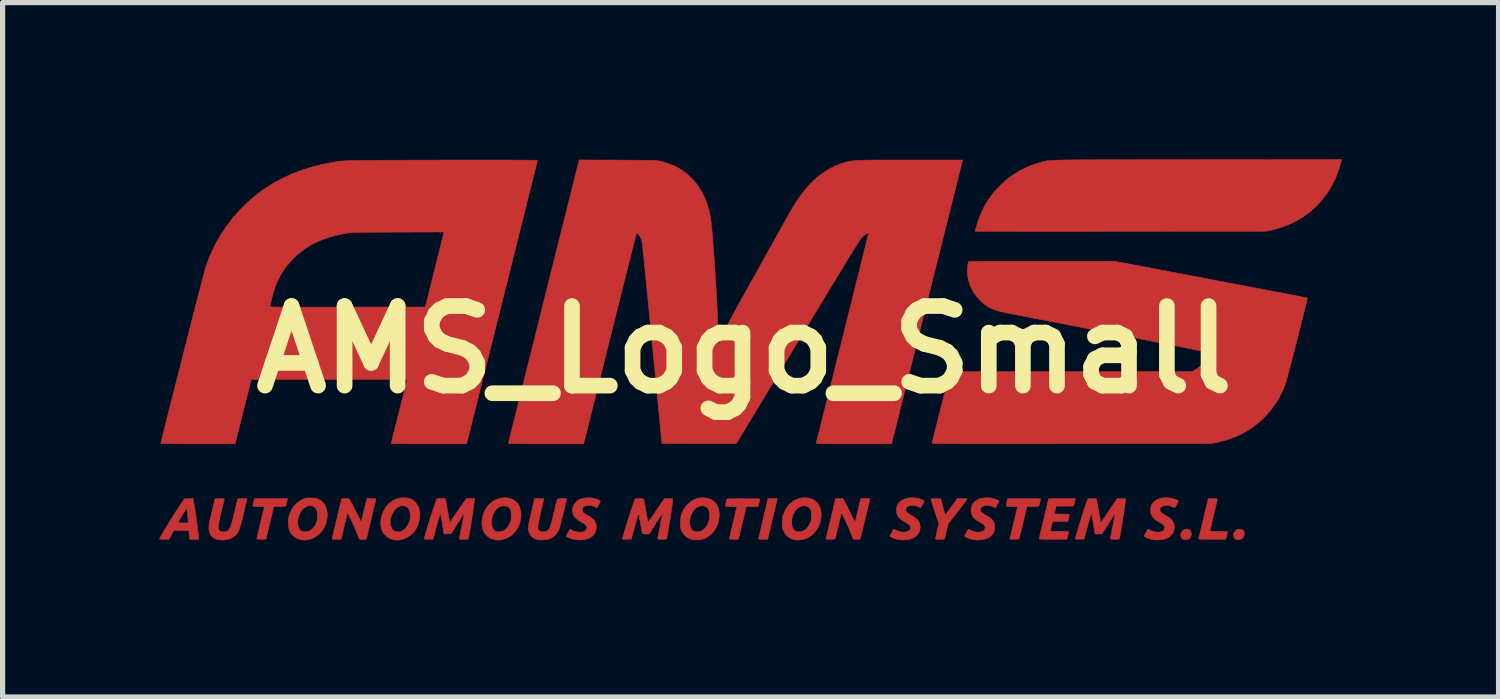
<source format=kicad_pcb>
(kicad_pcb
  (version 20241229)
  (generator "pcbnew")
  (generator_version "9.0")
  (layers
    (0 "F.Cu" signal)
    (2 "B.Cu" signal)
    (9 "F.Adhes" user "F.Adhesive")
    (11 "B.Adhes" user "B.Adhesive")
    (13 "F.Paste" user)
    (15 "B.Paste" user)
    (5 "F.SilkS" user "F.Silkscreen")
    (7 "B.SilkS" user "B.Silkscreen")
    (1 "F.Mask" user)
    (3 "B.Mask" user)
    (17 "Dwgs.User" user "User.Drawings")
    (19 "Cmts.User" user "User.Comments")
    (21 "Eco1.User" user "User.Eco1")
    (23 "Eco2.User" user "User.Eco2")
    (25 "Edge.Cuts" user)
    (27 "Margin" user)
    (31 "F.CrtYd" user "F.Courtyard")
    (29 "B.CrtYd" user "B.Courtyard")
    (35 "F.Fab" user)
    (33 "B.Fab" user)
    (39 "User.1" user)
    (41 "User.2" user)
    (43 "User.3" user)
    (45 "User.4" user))
  (footprint "AMS_Logo_Small"
    (layer "F.Cu")
    (at 11.206 3.646)
    (property "Reference" "AMS_Logo_Small" (at 0 0 0) (layer "F.SilkS") (effects (font (size 1.524 1.524) (thickness 0.3))))
    (attr through_hole)
    (fp_poly (pts (xy 0.538 3.243) (xy 0.445 3.632) (xy 0.358 3.632) (xy 0.322 3.632) (xy 0.293 3.63) (xy 0.275 3.628) (xy 0.271 3.626) (xy 0.272 3.617) (xy 0.278 3.592) (xy 0.286 3.555) (xy 0.298 3.506) (xy 0.311 3.448) (xy 0.327 3.381) (xy 0.344 3.308) (xy 0.361 3.236) (xy 0.452 2.853) (xy 0.632 2.853) (xy 0.538 3.243)) (stroke (width 0.01) (type solid)) (fill yes) (layer "F.Cu"))
    (fp_poly (pts (xy 8.51 3.443) (xy 8.538 3.459) (xy 8.555 3.488) (xy 8.56 3.525) (xy 8.553 3.571) (xy 8.534 3.606) (xy 8.503 3.629) (xy 8.461 3.64) (xy 8.446 3.641) (xy 8.417 3.638) (xy 8.397 3.629) (xy 8.381 3.616) (xy 8.361 3.586) (xy 8.355 3.551) (xy 8.361 3.517) (xy 8.378 3.485) (xy 8.404 3.459) (xy 8.438 3.442) (xy 8.469 3.437) (xy 8.51 3.443)) (stroke (width 0.01) (type solid)) (fill yes) (layer "F.Cu"))
    (fp_poly (pts (xy 9.526 3.445) (xy 9.545 3.455) (xy 9.565 3.481) (xy 9.574 3.514) (xy 9.572 3.551) (xy 9.559 3.586) (xy 9.536 3.615) (xy 9.53 3.619) (xy 9.498 3.636) (xy 9.461 3.642) (xy 9.426 3.638) (xy 9.398 3.624) (xy 9.394 3.62) (xy 9.375 3.59) (xy 9.368 3.554) (xy 9.374 3.517) (xy 9.39 3.482) (xy 9.417 3.456) (xy 9.422 3.452) (xy 9.455 3.44) (xy 9.492 3.438) (xy 9.526 3.445)) (stroke (width 0.01) (type solid)) (fill yes) (layer "F.Cu"))
    (fp_poly (pts (xy -8.785 3.001) (xy -8.899 3.004) (xy -9.013 3.006) (xy -9.05 3.16) (xy -9.065 3.224) (xy -9.082 3.296) (xy -9.1 3.371) (xy -9.117 3.441) (xy -9.125 3.473) (xy -9.163 3.632) (xy -9.251 3.632) (xy -9.289 3.631) (xy -9.318 3.629) (xy -9.335 3.626) (xy -9.339 3.624) (xy -9.337 3.614) (xy -9.331 3.59) (xy -9.323 3.553) (xy -9.312 3.506) (xy -9.299 3.45) (xy -9.284 3.387) (xy -9.272 3.338) (xy -9.256 3.271) (xy -9.241 3.208) (xy -9.227 3.151) (xy -9.216 3.103) (xy -9.207 3.066) (xy -9.201 3.041) (xy -9.199 3.033) (xy -9.193 3.006) (xy -9.304 3.006) (xy -9.351 3.006) (xy -9.382 3.005) (xy -9.402 3.002) (xy -9.412 2.995) (xy -9.414 2.985) (xy -9.411 2.968) (xy -9.407 2.955) (xy -9.4 2.927) (xy -9.391 2.895) (xy -9.39 2.889) (xy -9.38 2.853) (xy -8.748 2.853) (xy -8.785 3.001)) (stroke (width 0.01) (type solid)) (fill yes) (layer "F.Cu"))
    (fp_poly (pts (xy 0.189 2.855) (xy 0.231 2.856) (xy 0.261 2.857) (xy 0.281 2.859) (xy 0.293 2.861) (xy 0.296 2.864) (xy 0.296 2.864) (xy 0.294 2.879) (xy 0.289 2.901) (xy 0.288 2.904) (xy 0.281 2.932) (xy 0.273 2.964) (xy 0.271 2.97) (xy 0.262 3.006) (xy 0.037 3.006) (xy -0.038 3.319) (xy -0.114 3.632) (xy -0.201 3.632) (xy -0.242 3.632) (xy -0.269 3.63) (xy -0.283 3.627) (xy -0.288 3.621) (xy -0.288 3.621) (xy -0.286 3.61) (xy -0.28 3.585) (xy -0.272 3.547) (xy -0.261 3.499) (xy -0.247 3.442) (xy -0.232 3.378) (xy -0.216 3.311) (xy -0.199 3.243) (xy -0.184 3.179) (xy -0.171 3.124) (xy -0.16 3.077) (xy -0.151 3.041) (xy -0.146 3.018) (xy -0.144 3.009) (xy -0.152 3.008) (xy -0.174 3.007) (xy -0.206 3.006) (xy -0.246 3.006) (xy -0.254 3.006) (xy -0.301 3.006) (xy -0.333 3.005) (xy -0.353 3.001) (xy -0.362 2.991) (xy -0.362 2.975) (xy -0.357 2.949) (xy -0.349 2.917) (xy -0.333 2.857) (xy -0.019 2.855) (xy 0.066 2.855) (xy 0.135 2.855) (xy 0.189 2.855)) (stroke (width 0.01) (type solid)) (fill yes) (layer "F.Cu"))
    (fp_poly (pts (xy 4.209 2.854) (xy 4.24 2.855) (xy 4.261 2.856) (xy 4.267 2.858) (xy 4.262 2.867) (xy 4.248 2.887) (xy 4.227 2.916) (xy 4.2 2.953) (xy 4.169 2.994) (xy 4.135 3.039) (xy 4.1 3.084) (xy 4.066 3.129) (xy 4.033 3.17) (xy 4.004 3.207) (xy 3.981 3.236) (xy 3.978 3.24) (xy 3.906 3.326) (xy 3.869 3.479) (xy 3.832 3.632) (xy 3.745 3.632) (xy 3.703 3.632) (xy 3.675 3.63) (xy 3.661 3.626) (xy 3.658 3.622) (xy 3.659 3.61) (xy 3.665 3.585) (xy 3.673 3.55) (xy 3.683 3.507) (xy 3.692 3.469) (xy 3.727 3.327) (xy 3.68 3.198) (xy 3.665 3.154) (xy 3.648 3.106) (xy 3.631 3.055) (xy 3.615 3.004) (xy 3.6 2.957) (xy 3.588 2.916) (xy 3.579 2.884) (xy 3.574 2.863) (xy 3.573 2.859) (xy 3.581 2.856) (xy 3.602 2.855) (xy 3.634 2.855) (xy 3.667 2.855) (xy 3.762 2.857) (xy 3.789 2.963) (xy 3.807 3.029) (xy 3.82 3.08) (xy 3.831 3.118) (xy 3.839 3.143) (xy 3.846 3.157) (xy 3.85 3.162) (xy 3.852 3.161) (xy 3.862 3.148) (xy 3.88 3.125) (xy 3.904 3.093) (xy 3.931 3.057) (xy 3.959 3.018) (xy 3.986 2.981) (xy 4.01 2.947) (xy 4.03 2.92) (xy 4.03 2.919) (xy 4.076 2.853) (xy 4.171 2.853) (xy 4.209 2.854)) (stroke (width 0.01) (type solid)) (fill yes) (layer "F.Cu"))
    (fp_poly (pts (xy 9.01 2.854) (xy 9.039 2.856) (xy 9.056 2.859) (xy 9.059 2.862) (xy 9.057 2.871) (xy 9.052 2.896) (xy 9.043 2.933) (xy 9.032 2.981) (xy 9.019 3.037) (xy 9.003 3.101) (xy 8.987 3.168) (xy 8.971 3.237) (xy 8.956 3.3) (xy 8.942 3.356) (xy 8.931 3.404) (xy 8.923 3.44) (xy 8.917 3.464) (xy 8.915 3.473) (xy 8.923 3.475) (xy 8.946 3.477) (xy 8.98 3.478) (xy 9.024 3.479) (xy 9.074 3.48) (xy 9.085 3.48) (xy 9.136 3.48) (xy 9.181 3.481) (xy 9.218 3.482) (xy 9.243 3.483) (xy 9.254 3.484) (xy 9.254 3.484) (xy 9.252 3.494) (xy 9.247 3.516) (xy 9.24 3.547) (xy 9.236 3.561) (xy 9.218 3.632) (xy 8.957 3.632) (xy 8.881 3.632) (xy 8.82 3.632) (xy 8.773 3.631) (xy 8.74 3.63) (xy 8.717 3.628) (xy 8.704 3.625) (xy 8.699 3.623) (xy 8.699 3.622) (xy 8.702 3.611) (xy 8.708 3.587) (xy 8.717 3.55) (xy 8.729 3.503) (xy 8.742 3.447) (xy 8.757 3.385) (xy 8.773 3.319) (xy 8.789 3.251) (xy 8.805 3.182) (xy 8.821 3.115) (xy 8.836 3.052) (xy 8.85 2.994) (xy 8.862 2.944) (xy 8.871 2.903) (xy 8.878 2.875) (xy 8.881 2.86) (xy 8.882 2.858) (xy 8.889 2.856) (xy 8.911 2.854) (xy 8.942 2.854) (xy 8.97 2.853) (xy 9.01 2.854)) (stroke (width 0.01) (type solid)) (fill yes) (layer "F.Cu"))
    (fp_poly (pts (xy 5.428 2.853) (xy 5.494 2.854) (xy 5.552 2.854) (xy 5.601 2.855) (xy 5.638 2.855) (xy 5.663 2.856) (xy 5.673 2.857) (xy 5.673 2.857) (xy 5.671 2.867) (xy 5.666 2.888) (xy 5.66 2.916) (xy 5.653 2.946) (xy 5.647 2.972) (xy 5.643 2.989) (xy 5.642 2.991) (xy 5.639 2.997) (xy 5.631 3.001) (xy 5.615 3.004) (xy 5.59 3.005) (xy 5.552 3.006) (xy 5.525 3.006) (xy 5.412 3.006) (xy 5.364 3.207) (xy 5.348 3.271) (xy 5.332 3.337) (xy 5.317 3.4) (xy 5.303 3.457) (xy 5.292 3.504) (xy 5.288 3.518) (xy 5.261 3.628) (xy 5.171 3.63) (xy 5.129 3.631) (xy 5.103 3.63) (xy 5.088 3.628) (xy 5.084 3.624) (xy 5.084 3.622) (xy 5.087 3.611) (xy 5.093 3.586) (xy 5.102 3.549) (xy 5.114 3.501) (xy 5.127 3.444) (xy 5.143 3.38) (xy 5.156 3.323) (xy 5.172 3.255) (xy 5.187 3.192) (xy 5.201 3.136) (xy 5.212 3.089) (xy 5.221 3.053) (xy 5.227 3.029) (xy 5.229 3.02) (xy 5.23 3.014) (xy 5.225 3.01) (xy 5.213 3.008) (xy 5.192 3.006) (xy 5.157 3.006) (xy 5.123 3.006) (xy 5.075 3.005) (xy 5.042 3.004) (xy 5.022 3.001) (xy 5.013 2.997) (xy 5.012 2.995) (xy 5.014 2.982) (xy 5.019 2.958) (xy 5.025 2.926) (xy 5.027 2.919) (xy 5.042 2.853) (xy 5.357 2.853) (xy 5.428 2.853)) (stroke (width 0.01) (type solid)) (fill yes) (layer "F.Cu"))
    (fp_poly (pts (xy -10.55 2.897) (xy -10.54 2.952) (xy -10.529 3.016) (xy -10.517 3.09) (xy -10.505 3.176) (xy -10.492 3.274) (xy -10.477 3.386) (xy -10.462 3.513) (xy -10.452 3.592) (xy -10.447 3.632) (xy -10.625 3.632) (xy -10.629 3.596) (xy -10.633 3.566) (xy -10.635 3.53) (xy -10.636 3.514) (xy -10.638 3.467) (xy -10.926 3.462) (xy -11.019 3.632) (xy -11.11 3.632) (xy -11.147 3.632) (xy -11.177 3.63) (xy -11.196 3.628) (xy -11.201 3.626) (xy -11.197 3.615) (xy -11.185 3.592) (xy -11.165 3.557) (xy -11.14 3.514) (xy -11.11 3.463) (xy -11.076 3.406) (xy -11.039 3.346) (xy -11.019 3.314) (xy -10.846 3.314) (xy -10.838 3.316) (xy -10.816 3.317) (xy -10.785 3.319) (xy -10.748 3.319) (xy -10.65 3.319) (xy -10.656 3.253) (xy -10.659 3.21) (xy -10.664 3.16) (xy -10.669 3.12) (xy -10.672 3.087) (xy -10.675 3.059) (xy -10.676 3.042) (xy -10.676 3.04) (xy -10.681 3.042) (xy -10.692 3.056) (xy -10.708 3.08) (xy -10.729 3.112) (xy -10.734 3.12) (xy -10.769 3.177) (xy -10.798 3.226) (xy -10.821 3.265) (xy -10.837 3.294) (xy -10.845 3.311) (xy -10.846 3.314) (xy -11.019 3.314) (xy -11.001 3.284) (xy -10.962 3.221) (xy -10.923 3.159) (xy -10.886 3.1) (xy -10.851 3.047) (xy -10.821 2.999) (xy -10.794 2.96) (xy -10.785 2.946) (xy -10.723 2.857) (xy -10.641 2.855) (xy -10.559 2.853) (xy -10.55 2.897)) (stroke (width 0.01) (type solid)) (fill yes) (layer "F.Cu"))
    (fp_poly (pts (xy -0.716 2.843) (xy -0.649 2.864) (xy -0.593 2.899) (xy -0.546 2.947) (xy -0.533 2.965) (xy -0.507 3.013) (xy -0.49 3.064) (xy -0.482 3.121) (xy -0.481 3.17) (xy -0.489 3.258) (xy -0.511 3.341) (xy -0.545 3.417) (xy -0.591 3.486) (xy -0.647 3.545) (xy -0.712 3.592) (xy -0.78 3.623) (xy -0.829 3.636) (xy -0.886 3.643) (xy -0.942 3.645) (xy -0.985 3.641) (xy -1.052 3.621) (xy -1.111 3.586) (xy -1.16 3.539) (xy -1.198 3.479) (xy -1.201 3.472) (xy -1.212 3.446) (xy -1.219 3.42) (xy -1.223 3.389) (xy -1.226 3.347) (xy -1.226 3.336) (xy -1.224 3.282) (xy -1.047 3.282) (xy -1.046 3.339) (xy -1.035 3.39) (xy -1.017 3.433) (xy -0.991 3.464) (xy -0.981 3.471) (xy -0.946 3.484) (xy -0.903 3.489) (xy -0.859 3.484) (xy -0.821 3.471) (xy -0.772 3.437) (xy -0.731 3.391) (xy -0.699 3.336) (xy -0.676 3.274) (xy -0.664 3.21) (xy -0.663 3.146) (xy -0.676 3.086) (xy -0.686 3.059) (xy -0.712 3.025) (xy -0.746 3.002) (xy -0.787 2.991) (xy -0.832 2.992) (xy -0.878 3.005) (xy -0.922 3.03) (xy -0.958 3.063) (xy -0.993 3.108) (xy -1.018 3.158) (xy -1.037 3.219) (xy -1.038 3.224) (xy -1.047 3.282) (xy -1.224 3.282) (xy -1.223 3.242) (xy -1.205 3.156) (xy -1.172 3.078) (xy -1.125 3.006) (xy -1.095 2.972) (xy -1.033 2.915) (xy -0.969 2.875) (xy -0.899 2.849) (xy -0.823 2.837) (xy -0.791 2.836) (xy -0.716 2.843)) (stroke (width 0.01) (type solid)) (fill yes) (layer "F.Cu"))
    (fp_poly (pts (xy -6.477 2.84) (xy -6.426 2.848) (xy -6.39 2.86) (xy -6.339 2.891) (xy -6.293 2.934) (xy -6.256 2.985) (xy -6.244 3.008) (xy -6.224 3.07) (xy -6.215 3.141) (xy -6.218 3.217) (xy -6.231 3.294) (xy -6.255 3.368) (xy -6.279 3.419) (xy -6.326 3.487) (xy -6.383 3.544) (xy -6.449 3.591) (xy -6.521 3.624) (xy -6.587 3.64) (xy -6.623 3.646) (xy -6.65 3.648) (xy -6.675 3.646) (xy -6.705 3.642) (xy -6.715 3.641) (xy -6.782 3.621) (xy -6.84 3.589) (xy -6.889 3.544) (xy -6.926 3.489) (xy -6.952 3.425) (xy -6.964 3.354) (xy -6.964 3.302) (xy -6.781 3.302) (xy -6.78 3.327) (xy -6.77 3.387) (xy -6.751 3.432) (xy -6.722 3.464) (xy -6.683 3.483) (xy -6.639 3.488) (xy -6.6 3.485) (xy -6.565 3.476) (xy -6.557 3.472) (xy -6.533 3.457) (xy -6.505 3.435) (xy -6.487 3.417) (xy -6.45 3.369) (xy -6.423 3.315) (xy -6.405 3.258) (xy -6.396 3.201) (xy -6.397 3.145) (xy -6.407 3.095) (xy -6.426 3.051) (xy -6.455 3.018) (xy -6.477 3.004) (xy -6.522 2.99) (xy -6.569 2.991) (xy -6.615 3.006) (xy -6.659 3.034) (xy -6.699 3.074) (xy -6.733 3.123) (xy -6.76 3.181) (xy -6.773 3.225) (xy -6.779 3.26) (xy -6.781 3.302) (xy -6.964 3.302) (xy -6.963 3.276) (xy -6.961 3.256) (xy -6.94 3.164) (xy -6.906 3.081) (xy -6.861 3.007) (xy -6.805 2.945) (xy -6.739 2.895) (xy -6.665 2.859) (xy -6.635 2.849) (xy -6.587 2.84) (xy -6.533 2.837) (xy -6.477 2.84)) (stroke (width 0.01) (type solid)) (fill yes) (layer "F.Cu"))
    (fp_poly (pts (xy -4.515 2.843) (xy -4.448 2.864) (xy -4.391 2.898) (xy -4.344 2.944) (xy -4.309 3.002) (xy -4.287 3.072) (xy -4.278 3.137) (xy -4.28 3.223) (xy -4.297 3.305) (xy -4.326 3.383) (xy -4.366 3.454) (xy -4.417 3.516) (xy -4.477 3.568) (xy -4.544 3.608) (xy -4.617 3.634) (xy -4.648 3.64) (xy -4.689 3.646) (xy -4.719 3.648) (xy -4.748 3.646) (xy -4.782 3.64) (xy -4.792 3.637) (xy -4.859 3.615) (xy -4.916 3.579) (xy -4.962 3.533) (xy -4.996 3.477) (xy -5.019 3.411) (xy -5.028 3.339) (xy -5.027 3.307) (xy -4.843 3.307) (xy -4.838 3.366) (xy -4.823 3.415) (xy -4.799 3.453) (xy -4.768 3.478) (xy -4.763 3.48) (xy -4.732 3.487) (xy -4.692 3.487) (xy -4.652 3.482) (xy -4.618 3.471) (xy -4.618 3.471) (xy -4.573 3.441) (xy -4.532 3.395) (xy -4.497 3.337) (xy -4.493 3.328) (xy -4.481 3.302) (xy -4.473 3.28) (xy -4.469 3.257) (xy -4.467 3.229) (xy -4.466 3.19) (xy -4.466 3.179) (xy -4.467 3.135) (xy -4.469 3.105) (xy -4.472 3.083) (xy -4.479 3.066) (xy -4.483 3.057) (xy -4.511 3.022) (xy -4.547 3) (xy -4.591 2.991) (xy -4.644 2.994) (xy -4.694 3.013) (xy -4.739 3.045) (xy -4.777 3.089) (xy -4.808 3.142) (xy -4.83 3.204) (xy -4.842 3.273) (xy -4.843 3.307) (xy -5.027 3.307) (xy -5.025 3.26) (xy -5.007 3.176) (xy -5.001 3.156) (xy -4.967 3.074) (xy -4.922 3.002) (xy -4.866 2.942) (xy -4.801 2.895) (xy -4.73 2.86) (xy -4.652 2.841) (xy -4.593 2.836) (xy -4.515 2.843)) (stroke (width 0.01) (type solid)) (fill yes) (layer "F.Cu"))
    (fp_poly (pts (xy 3.291 2.842) (xy 3.361 2.858) (xy 3.414 2.879) (xy 3.433 2.891) (xy 3.445 2.899) (xy 3.446 2.9) (xy 3.442 2.911) (xy 3.432 2.931) (xy 3.418 2.956) (xy 3.403 2.983) (xy 3.388 3.006) (xy 3.377 3.023) (xy 3.371 3.029) (xy 3.371 3.029) (xy 3.324 3.006) (xy 3.278 2.99) (xy 3.245 2.983) (xy 3.201 2.983) (xy 3.16 2.991) (xy 3.126 3.007) (xy 3.102 3.029) (xy 3.091 3.055) (xy 3.09 3.061) (xy 3.094 3.087) (xy 3.105 3.109) (xy 3.127 3.131) (xy 3.161 3.153) (xy 3.192 3.171) (xy 3.254 3.207) (xy 3.3 3.243) (xy 3.332 3.28) (xy 3.353 3.32) (xy 3.358 3.333) (xy 3.368 3.395) (xy 3.361 3.455) (xy 3.339 3.51) (xy 3.302 3.559) (xy 3.292 3.569) (xy 3.246 3.6) (xy 3.189 3.624) (xy 3.124 3.639) (xy 3.055 3.646) (xy 2.986 3.643) (xy 2.976 3.641) (xy 2.924 3.631) (xy 2.874 3.617) (xy 2.833 3.6) (xy 2.813 3.59) (xy 2.785 3.573) (xy 2.82 3.507) (xy 2.836 3.478) (xy 2.849 3.455) (xy 2.857 3.441) (xy 2.858 3.439) (xy 2.865 3.442) (xy 2.885 3.45) (xy 2.911 3.462) (xy 2.916 3.464) (xy 2.968 3.483) (xy 3.019 3.493) (xy 3.068 3.495) (xy 3.11 3.488) (xy 3.145 3.473) (xy 3.17 3.45) (xy 3.183 3.421) (xy 3.183 3.41) (xy 3.177 3.383) (xy 3.155 3.355) (xy 3.119 3.327) (xy 3.075 3.302) (xy 3.011 3.263) (xy 2.964 3.22) (xy 2.932 3.174) (xy 2.914 3.122) (xy 2.91 3.073) (xy 2.918 3.011) (xy 2.94 2.958) (xy 2.976 2.914) (xy 3.019 2.882) (xy 3.078 2.856) (xy 3.145 2.841) (xy 3.218 2.836) (xy 3.291 2.842)) (stroke (width 0.01) (type solid)) (fill yes) (layer "F.Cu"))
    (fp_poly (pts (xy -8.262 2.841) (xy -8.23 2.843) (xy -8.206 2.846) (xy -8.185 2.852) (xy -8.163 2.862) (xy -8.161 2.863) (xy -8.106 2.894) (xy -8.064 2.934) (xy -8.03 2.984) (xy -8.028 2.986) (xy -8 3.057) (xy -7.988 3.134) (xy -7.99 3.218) (xy -8.008 3.306) (xy -8.014 3.328) (xy -8.047 3.405) (xy -8.091 3.474) (xy -8.146 3.534) (xy -8.209 3.583) (xy -8.279 3.619) (xy -8.353 3.64) (xy -8.357 3.64) (xy -8.397 3.646) (xy -8.428 3.648) (xy -8.458 3.646) (xy -8.492 3.64) (xy -8.562 3.619) (xy -8.621 3.585) (xy -8.669 3.539) (xy -8.704 3.482) (xy -8.727 3.414) (xy -8.737 3.337) (xy -8.738 3.32) (xy -8.736 3.295) (xy -8.555 3.295) (xy -8.552 3.351) (xy -8.54 3.401) (xy -8.519 3.442) (xy -8.49 3.47) (xy -8.489 3.471) (xy -8.455 3.484) (xy -8.412 3.489) (xy -8.367 3.484) (xy -8.326 3.471) (xy -8.322 3.469) (xy -8.284 3.442) (xy -8.248 3.402) (xy -8.216 3.356) (xy -8.195 3.313) (xy -8.185 3.284) (xy -8.179 3.255) (xy -8.176 3.22) (xy -8.175 3.179) (xy -8.175 3.139) (xy -8.177 3.11) (xy -8.181 3.089) (xy -8.189 3.07) (xy -8.196 3.057) (xy -8.225 3.02) (xy -8.263 2.997) (xy -8.308 2.989) (xy -8.357 2.995) (xy -8.397 3.01) (xy -8.448 3.045) (xy -8.491 3.094) (xy -8.524 3.156) (xy -8.547 3.23) (xy -8.548 3.236) (xy -8.555 3.295) (xy -8.736 3.295) (xy -8.73 3.23) (xy -8.708 3.145) (xy -8.672 3.066) (xy -8.624 2.995) (xy -8.566 2.935) (xy -8.497 2.887) (xy -8.47 2.872) (xy -8.44 2.859) (xy -8.417 2.85) (xy -8.395 2.844) (xy -8.37 2.842) (xy -8.336 2.841) (xy -8.306 2.841) (xy -8.262 2.841)) (stroke (width 0.01) (type solid)) (fill yes) (layer "F.Cu"))
    (fp_poly (pts (xy 1.233 2.843) (xy 1.301 2.864) (xy 1.358 2.898) (xy 1.405 2.944) (xy 1.439 3.002) (xy 1.462 3.072) (xy 1.471 3.137) (xy 1.469 3.223) (xy 1.452 3.305) (xy 1.423 3.383) (xy 1.383 3.454) (xy 1.332 3.516) (xy 1.272 3.568) (xy 1.205 3.608) (xy 1.132 3.634) (xy 1.101 3.64) (xy 1.06 3.646) (xy 1.029 3.648) (xy 1.001 3.646) (xy 0.967 3.64) (xy 0.957 3.637) (xy 0.889 3.615) (xy 0.833 3.581) (xy 0.787 3.534) (xy 0.75 3.472) (xy 0.75 3.472) (xy 0.739 3.447) (xy 0.731 3.426) (xy 0.727 3.404) (xy 0.725 3.377) (xy 0.724 3.34) (xy 0.724 3.319) (xy 0.725 3.307) (xy 0.906 3.307) (xy 0.911 3.366) (xy 0.926 3.415) (xy 0.95 3.453) (xy 0.981 3.478) (xy 0.986 3.48) (xy 1.017 3.487) (xy 1.057 3.487) (xy 1.097 3.482) (xy 1.131 3.471) (xy 1.131 3.471) (xy 1.176 3.441) (xy 1.217 3.395) (xy 1.252 3.337) (xy 1.256 3.328) (xy 1.268 3.302) (xy 1.276 3.28) (xy 1.28 3.257) (xy 1.282 3.229) (xy 1.283 3.19) (xy 1.283 3.179) (xy 1.282 3.135) (xy 1.28 3.105) (xy 1.277 3.083) (xy 1.27 3.066) (xy 1.266 3.057) (xy 1.238 3.022) (xy 1.202 3) (xy 1.158 2.991) (xy 1.105 2.994) (xy 1.055 3.013) (xy 1.01 3.045) (xy 0.971 3.089) (xy 0.941 3.142) (xy 0.919 3.204) (xy 0.907 3.273) (xy 0.906 3.307) (xy 0.725 3.307) (xy 0.725 3.271) (xy 0.728 3.234) (xy 0.733 3.203) (xy 0.742 3.171) (xy 0.747 3.156) (xy 0.782 3.073) (xy 0.829 3.001) (xy 0.885 2.94) (xy 0.95 2.893) (xy 1.022 2.859) (xy 1.1 2.84) (xy 1.156 2.836) (xy 1.233 2.843)) (stroke (width 0.01) (type solid)) (fill yes) (layer "F.Cu"))
    (fp_poly (pts (xy 8.159 2.842) (xy 8.229 2.858) (xy 8.282 2.879) (xy 8.302 2.891) (xy 8.313 2.899) (xy 8.314 2.901) (xy 8.31 2.91) (xy 8.3 2.929) (xy 8.287 2.954) (xy 8.272 2.98) (xy 8.258 3.004) (xy 8.248 3.02) (xy 8.24 3.025) (xy 8.223 3.02) (xy 8.202 3.01) (xy 8.156 2.993) (xy 8.109 2.984) (xy 8.065 2.984) (xy 8.024 2.992) (xy 7.992 3.007) (xy 7.969 3.029) (xy 7.959 3.057) (xy 7.959 3.062) (xy 7.962 3.088) (xy 7.974 3.11) (xy 7.997 3.132) (xy 8.032 3.155) (xy 8.061 3.171) (xy 8.122 3.207) (xy 8.168 3.243) (xy 8.201 3.28) (xy 8.222 3.32) (xy 8.226 3.333) (xy 8.236 3.394) (xy 8.229 3.452) (xy 8.209 3.506) (xy 8.175 3.554) (xy 8.13 3.593) (xy 8.074 3.62) (xy 8.065 3.623) (xy 8.013 3.635) (xy 7.954 3.643) (xy 7.895 3.645) (xy 7.845 3.641) (xy 7.844 3.641) (xy 7.792 3.631) (xy 7.743 3.617) (xy 7.701 3.6) (xy 7.681 3.59) (xy 7.653 3.573) (xy 7.689 3.507) (xy 7.705 3.478) (xy 7.717 3.455) (xy 7.725 3.441) (xy 7.726 3.439) (xy 7.734 3.442) (xy 7.753 3.45) (xy 7.78 3.462) (xy 7.784 3.464) (xy 7.836 3.483) (xy 7.888 3.493) (xy 7.936 3.495) (xy 7.979 3.488) (xy 8.014 3.473) (xy 8.039 3.45) (xy 8.051 3.421) (xy 8.052 3.41) (xy 8.045 3.383) (xy 8.024 3.355) (xy 7.987 3.327) (xy 7.943 3.302) (xy 7.881 3.264) (xy 7.834 3.224) (xy 7.802 3.18) (xy 7.784 3.132) (xy 7.778 3.078) (xy 7.785 3.015) (xy 7.805 2.962) (xy 7.839 2.918) (xy 7.887 2.882) (xy 7.946 2.856) (xy 8.014 2.841) (xy 8.086 2.836) (xy 8.159 2.842)) (stroke (width 0.01) (type solid)) (fill yes) (layer "F.Cu"))
    (fp_poly (pts (xy 6.322 2.925) (xy 6.304 2.997) (xy 5.971 2.997) (xy 5.956 3.063) (xy 5.949 3.095) (xy 5.942 3.122) (xy 5.938 3.137) (xy 5.937 3.139) (xy 5.939 3.143) (xy 5.95 3.146) (xy 5.971 3.148) (xy 6.005 3.149) (xy 6.052 3.15) (xy 6.078 3.15) (xy 6.134 3.15) (xy 6.174 3.151) (xy 6.202 3.153) (xy 6.217 3.156) (xy 6.223 3.159) (xy 6.223 3.16) (xy 6.221 3.173) (xy 6.217 3.198) (xy 6.21 3.228) (xy 6.209 3.232) (xy 6.195 3.294) (xy 5.902 3.294) (xy 5.894 3.325) (xy 5.888 3.349) (xy 5.881 3.379) (xy 5.873 3.411) (xy 5.866 3.441) (xy 5.861 3.464) (xy 5.859 3.476) (xy 5.859 3.476) (xy 5.867 3.477) (xy 5.889 3.478) (xy 5.924 3.479) (xy 5.968 3.48) (xy 6.018 3.48) (xy 6.031 3.48) (xy 6.083 3.48) (xy 6.13 3.481) (xy 6.167 3.481) (xy 6.194 3.483) (xy 6.207 3.484) (xy 6.208 3.484) (xy 6.208 3.494) (xy 6.204 3.516) (xy 6.198 3.546) (xy 6.195 3.56) (xy 6.177 3.632) (xy 5.908 3.632) (xy 5.831 3.632) (xy 5.769 3.632) (xy 5.721 3.631) (xy 5.686 3.63) (xy 5.662 3.628) (xy 5.648 3.626) (xy 5.643 3.623) (xy 5.643 3.622) (xy 5.646 3.611) (xy 5.652 3.587) (xy 5.661 3.55) (xy 5.672 3.502) (xy 5.686 3.447) (xy 5.701 3.385) (xy 5.716 3.319) (xy 5.733 3.25) (xy 5.749 3.182) (xy 5.765 3.115) (xy 5.78 3.051) (xy 5.794 2.994) (xy 5.805 2.944) (xy 5.815 2.903) (xy 5.821 2.875) (xy 5.825 2.86) (xy 5.825 2.858) (xy 5.833 2.857) (xy 5.856 2.856) (xy 5.892 2.855) (xy 5.939 2.854) (xy 5.994 2.854) (xy 6.056 2.853) (xy 6.082 2.853) (xy 6.339 2.853) (xy 6.322 2.925)) (stroke (width 0.01) (type solid)) (fill yes) (layer "F.Cu"))
    (fp_poly (pts (xy -2.882 2.847) (xy -2.819 2.866) (xy -2.808 2.87) (xy -2.78 2.883) (xy -2.764 2.894) (xy -2.759 2.906) (xy -2.764 2.923) (xy -2.779 2.951) (xy -2.786 2.964) (xy -2.802 2.993) (xy -2.815 3.015) (xy -2.822 3.027) (xy -2.823 3.029) (xy -2.831 3.026) (xy -2.849 3.018) (xy -2.867 3.01) (xy -2.917 2.991) (xy -2.966 2.983) (xy -3.011 2.984) (xy -3.05 2.994) (xy -3.081 3.012) (xy -3.101 3.038) (xy -3.107 3.068) (xy -3.104 3.092) (xy -3.093 3.112) (xy -3.073 3.132) (xy -3.04 3.153) (xy -3.012 3.168) (xy -2.949 3.204) (xy -2.902 3.24) (xy -2.869 3.278) (xy -2.848 3.32) (xy -2.838 3.368) (xy -2.836 3.397) (xy -2.843 3.462) (xy -2.864 3.518) (xy -2.899 3.563) (xy -2.947 3.599) (xy -3.009 3.625) (xy -3.084 3.64) (xy -3.121 3.644) (xy -3.179 3.644) (xy -3.236 3.639) (xy -3.248 3.637) (xy -3.28 3.63) (xy -3.315 3.619) (xy -3.35 3.606) (xy -3.38 3.594) (xy -3.402 3.582) (xy -3.412 3.574) (xy -3.412 3.573) (xy -3.408 3.564) (xy -3.398 3.544) (xy -3.385 3.518) (xy -3.37 3.491) (xy -3.356 3.465) (xy -3.345 3.447) (xy -3.34 3.439) (xy -3.332 3.441) (xy -3.315 3.45) (xy -3.309 3.453) (xy -3.26 3.476) (xy -3.206 3.489) (xy -3.151 3.495) (xy -3.1 3.491) (xy -3.059 3.477) (xy -3.034 3.455) (xy -3.018 3.425) (xy -3.014 3.404) (xy -3.021 3.383) (xy -3.039 3.359) (xy -3.065 3.336) (xy -3.094 3.318) (xy -3.138 3.294) (xy -3.18 3.266) (xy -3.218 3.237) (xy -3.245 3.211) (xy -3.252 3.202) (xy -3.28 3.15) (xy -3.292 3.096) (xy -3.29 3.041) (xy -3.274 2.988) (xy -3.244 2.94) (xy -3.202 2.898) (xy -3.149 2.866) (xy -3.148 2.866) (xy -3.09 2.847) (xy -3.022 2.838) (xy -2.951 2.838) (xy -2.882 2.847)) (stroke (width 0.01) (type solid)) (fill yes) (layer "F.Cu"))
    (fp_poly (pts (xy 4.692 2.838) (xy 4.74 2.844) (xy 4.742 2.845) (xy 4.771 2.853) (xy 4.803 2.864) (xy 4.833 2.876) (xy 4.858 2.887) (xy 4.874 2.896) (xy 4.877 2.9) (xy 4.873 2.908) (xy 4.863 2.927) (xy 4.85 2.952) (xy 4.835 2.979) (xy 4.821 3.004) (xy 4.81 3.022) (xy 4.806 3.029) (xy 4.798 3.026) (xy 4.78 3.018) (xy 4.764 3.01) (xy 4.706 2.989) (xy 4.646 2.983) (xy 4.597 2.989) (xy 4.558 3.004) (xy 4.532 3.029) (xy 4.522 3.062) (xy 4.521 3.071) (xy 4.524 3.091) (xy 4.534 3.11) (xy 4.553 3.128) (xy 4.583 3.149) (xy 4.626 3.173) (xy 4.63 3.175) (xy 4.69 3.211) (xy 4.735 3.246) (xy 4.766 3.284) (xy 4.786 3.325) (xy 4.794 3.373) (xy 4.795 3.4) (xy 4.788 3.464) (xy 4.766 3.518) (xy 4.73 3.563) (xy 4.681 3.599) (xy 4.619 3.625) (xy 4.544 3.64) (xy 4.508 3.644) (xy 4.469 3.645) (xy 4.432 3.644) (xy 4.402 3.641) (xy 4.401 3.641) (xy 4.348 3.629) (xy 4.298 3.614) (xy 4.258 3.598) (xy 4.243 3.59) (xy 4.215 3.572) (xy 4.251 3.507) (xy 4.267 3.477) (xy 4.28 3.454) (xy 4.288 3.44) (xy 4.289 3.438) (xy 4.297 3.44) (xy 4.313 3.449) (xy 4.342 3.464) (xy 4.382 3.478) (xy 4.423 3.49) (xy 4.46 3.496) (xy 4.472 3.497) (xy 4.526 3.492) (xy 4.567 3.478) (xy 4.596 3.455) (xy 4.611 3.424) (xy 4.611 3.42) (xy 4.609 3.391) (xy 4.594 3.364) (xy 4.564 3.337) (xy 4.518 3.309) (xy 4.512 3.305) (xy 4.449 3.267) (xy 4.401 3.228) (xy 4.368 3.186) (xy 4.348 3.14) (xy 4.34 3.087) (xy 4.34 3.078) (xy 4.346 3.016) (xy 4.367 2.963) (xy 4.402 2.919) (xy 4.452 2.881) (xy 4.486 2.863) (xy 4.528 2.85) (xy 4.58 2.841) (xy 4.636 2.837) (xy 4.692 2.838)) (stroke (width 0.01) (type solid)) (fill yes) (layer "F.Cu"))
    (fp_poly (pts (xy 11.433 -3.618) (xy 11.384 -3.445) (xy 11.322 -3.283) (xy 11.246 -3.131) (xy 11.156 -2.988) (xy 11.052 -2.854) (xy 10.964 -2.759) (xy 10.84 -2.645) (xy 10.705 -2.545) (xy 10.561 -2.459) (xy 10.407 -2.387) (xy 10.243 -2.328) (xy 10.092 -2.289) (xy 9.986 -2.265) (xy 7.203 -2.263) (xy 6.987 -2.263) (xy 6.775 -2.262) (xy 6.569 -2.262) (xy 6.368 -2.262) (xy 6.173 -2.262) (xy 5.985 -2.262) (xy 5.805 -2.262) (xy 5.633 -2.262) (xy 5.469 -2.262) (xy 5.315 -2.262) (xy 5.171 -2.263) (xy 5.038 -2.263) (xy 4.916 -2.263) (xy 4.806 -2.263) (xy 4.708 -2.263) (xy 4.623 -2.264) (xy 4.553 -2.264) (xy 4.496 -2.264) (xy 4.455 -2.265) (xy 4.429 -2.265) (xy 4.42 -2.265) (xy 4.42 -2.265) (xy 4.422 -2.281) (xy 4.429 -2.309) (xy 4.44 -2.346) (xy 4.454 -2.39) (xy 4.469 -2.437) (xy 4.484 -2.483) (xy 4.499 -2.526) (xy 4.512 -2.563) (xy 4.518 -2.578) (xy 4.589 -2.729) (xy 4.674 -2.872) (xy 4.772 -3.005) (xy 4.882 -3.128) (xy 5.003 -3.24) (xy 5.134 -3.34) (xy 5.274 -3.427) (xy 5.422 -3.499) (xy 5.578 -3.558) (xy 5.657 -3.581) (xy 5.675 -3.586) (xy 5.692 -3.591) (xy 5.707 -3.595) (xy 5.722 -3.599) (xy 5.736 -3.603) (xy 5.75 -3.607) (xy 5.765 -3.61) (xy 5.782 -3.613) (xy 5.801 -3.616) (xy 5.822 -3.619) (xy 5.846 -3.621) (xy 5.874 -3.623) (xy 5.906 -3.625) (xy 5.943 -3.627) (xy 5.985 -3.628) (xy 6.033 -3.63) (xy 6.088 -3.631) (xy 6.15 -3.632) (xy 6.219 -3.633) (xy 6.297 -3.634) (xy 6.383 -3.635) (xy 6.479 -3.635) (xy 6.584 -3.636) (xy 6.7 -3.636) (xy 6.827 -3.637) (xy 6.966 -3.637) (xy 7.117 -3.637) (xy 7.28 -3.637) (xy 7.457 -3.638) (xy 7.648 -3.638) (xy 7.853 -3.638) (xy 8.073 -3.638) (xy 8.308 -3.638) (xy 8.56 -3.638) (xy 8.676 -3.639) (xy 11.439 -3.641) (xy 11.433 -3.618)) (stroke (width 0.01) (type solid)) (fill yes) (layer "F.Cu"))
    (fp_poly (pts (xy -9.577 2.854) (xy -9.548 2.855) (xy -9.53 2.856) (xy -9.525 2.857) (xy -9.527 2.866) (xy -9.532 2.889) (xy -9.541 2.925) (xy -9.552 2.972) (xy -9.565 3.028) (xy -9.58 3.09) (xy -9.592 3.14) (xy -9.613 3.227) (xy -9.632 3.3) (xy -9.648 3.36) (xy -9.663 3.409) (xy -9.677 3.448) (xy -9.691 3.48) (xy -9.705 3.506) (xy -9.72 3.528) (xy -9.737 3.548) (xy -9.746 3.557) (xy -9.797 3.596) (xy -9.859 3.625) (xy -9.923 3.64) (xy -9.962 3.646) (xy -9.992 3.648) (xy -10.023 3.646) (xy -10.061 3.641) (xy -10.063 3.641) (xy -10.124 3.626) (xy -10.172 3.602) (xy -10.209 3.567) (xy -10.234 3.524) (xy -10.245 3.498) (xy -10.252 3.47) (xy -10.255 3.439) (xy -10.255 3.402) (xy -10.251 3.359) (xy -10.243 3.307) (xy -10.23 3.244) (xy -10.213 3.169) (xy -10.196 3.095) (xy -10.138 2.857) (xy -10.047 2.855) (xy -10.007 2.854) (xy -9.981 2.854) (xy -9.966 2.856) (xy -9.96 2.86) (xy -9.96 2.866) (xy -9.96 2.868) (xy -9.963 2.88) (xy -9.97 2.906) (xy -9.979 2.944) (xy -9.991 2.992) (xy -10.004 3.047) (xy -10.018 3.107) (xy -10.02 3.114) (xy -10.039 3.195) (xy -10.054 3.261) (xy -10.065 3.314) (xy -10.071 3.356) (xy -10.074 3.389) (xy -10.074 3.414) (xy -10.07 3.434) (xy -10.062 3.449) (xy -10.052 3.462) (xy -10.051 3.464) (xy -10.034 3.478) (xy -10.017 3.485) (xy -9.994 3.488) (xy -9.976 3.488) (xy -9.946 3.487) (xy -9.92 3.482) (xy -9.898 3.472) (xy -9.879 3.455) (xy -9.861 3.431) (xy -9.844 3.397) (xy -9.828 3.353) (xy -9.811 3.296) (xy -9.792 3.226) (xy -9.771 3.141) (xy -9.766 3.12) (xy -9.752 3.058) (xy -9.738 3.002) (xy -9.727 2.952) (xy -9.717 2.912) (xy -9.71 2.884) (xy -9.706 2.869) (xy -9.706 2.868) (xy -9.702 2.861) (xy -9.693 2.857) (xy -9.675 2.855) (xy -9.646 2.853) (xy -9.613 2.853) (xy -9.577 2.854)) (stroke (width 0.01) (type solid)) (fill yes) (layer "F.Cu"))
    (fp_poly (pts (xy -3.452 2.853) (xy -3.427 2.854) (xy -3.413 2.856) (xy -3.407 2.861) (xy -3.407 2.867) (xy -3.408 2.872) (xy -3.434 2.983) (xy -3.457 3.078) (xy -3.476 3.159) (xy -3.493 3.228) (xy -3.507 3.286) (xy -3.519 3.333) (xy -3.53 3.372) (xy -3.539 3.403) (xy -3.547 3.429) (xy -3.555 3.449) (xy -3.562 3.466) (xy -3.57 3.481) (xy -3.578 3.494) (xy -3.588 3.508) (xy -3.591 3.513) (xy -3.636 3.566) (xy -3.69 3.605) (xy -3.745 3.628) (xy -3.79 3.638) (xy -3.843 3.643) (xy -3.896 3.645) (xy -3.942 3.642) (xy -3.949 3.641) (xy -4.011 3.623) (xy -4.061 3.593) (xy -4.098 3.552) (xy -4.123 3.499) (xy -4.131 3.466) (xy -4.134 3.447) (xy -4.137 3.429) (xy -4.137 3.412) (xy -4.137 3.392) (xy -4.134 3.368) (xy -4.129 3.338) (xy -4.121 3.3) (xy -4.111 3.253) (xy -4.097 3.193) (xy -4.08 3.119) (xy -4.074 3.097) (xy -4.017 2.853) (xy -3.927 2.853) (xy -3.885 2.854) (xy -3.858 2.855) (xy -3.843 2.858) (xy -3.839 2.863) (xy -3.84 2.864) (xy -3.846 2.887) (xy -3.856 2.922) (xy -3.867 2.968) (xy -3.879 3.021) (xy -3.893 3.079) (xy -3.906 3.139) (xy -3.919 3.198) (xy -3.931 3.254) (xy -3.941 3.305) (xy -3.949 3.346) (xy -3.954 3.377) (xy -3.956 3.394) (xy -3.956 3.395) (xy -3.955 3.423) (xy -3.95 3.441) (xy -3.938 3.457) (xy -3.93 3.464) (xy -3.911 3.479) (xy -3.892 3.486) (xy -3.865 3.488) (xy -3.853 3.488) (xy -3.805 3.482) (xy -3.767 3.463) (xy -3.736 3.429) (xy -3.727 3.415) (xy -3.72 3.397) (xy -3.71 3.365) (xy -3.697 3.32) (xy -3.682 3.265) (xy -3.666 3.202) (xy -3.649 3.133) (xy -3.649 3.132) (xy -3.634 3.069) (xy -3.62 3.01) (xy -3.607 2.959) (xy -3.597 2.918) (xy -3.59 2.887) (xy -3.585 2.87) (xy -3.585 2.868) (xy -3.581 2.861) (xy -3.571 2.857) (xy -3.554 2.855) (xy -3.525 2.853) (xy -3.492 2.853) (xy -3.452 2.853)) (stroke (width 0.01) (type solid)) (fill yes) (layer "F.Cu"))
    (fp_poly (pts (xy 1.917 2.906) (xy 1.93 2.93) (xy 1.949 2.965) (xy 1.972 3.01) (xy 1.998 3.06) (xy 2.025 3.114) (xy 2.034 3.132) (xy 2.12 3.305) (xy 2.13 3.264) (xy 2.135 3.243) (xy 2.143 3.209) (xy 2.154 3.165) (xy 2.166 3.113) (xy 2.18 3.057) (xy 2.184 3.037) (xy 2.228 2.853) (xy 2.406 2.853) (xy 2.4 2.877) (xy 2.397 2.89) (xy 2.391 2.917) (xy 2.381 2.958) (xy 2.368 3.009) (xy 2.354 3.07) (xy 2.338 3.137) (xy 2.32 3.211) (xy 2.31 3.251) (xy 2.292 3.326) (xy 2.275 3.396) (xy 2.26 3.46) (xy 2.247 3.515) (xy 2.236 3.56) (xy 2.228 3.594) (xy 2.223 3.613) (xy 2.222 3.617) (xy 2.217 3.625) (xy 2.205 3.63) (xy 2.184 3.632) (xy 2.152 3.632) (xy 2.086 3.632) (xy 2.037 3.507) (xy 2.02 3.465) (xy 2 3.418) (xy 1.978 3.368) (xy 1.955 3.318) (xy 1.932 3.269) (xy 1.911 3.224) (xy 1.892 3.186) (xy 1.876 3.155) (xy 1.864 3.135) (xy 1.858 3.128) (xy 1.857 3.128) (xy 1.855 3.139) (xy 1.849 3.163) (xy 1.84 3.2) (xy 1.829 3.246) (xy 1.816 3.3) (xy 1.801 3.36) (xy 1.799 3.37) (xy 1.784 3.431) (xy 1.771 3.487) (xy 1.759 3.536) (xy 1.75 3.575) (xy 1.743 3.603) (xy 1.739 3.617) (xy 1.739 3.617) (xy 1.735 3.624) (xy 1.726 3.628) (xy 1.708 3.631) (xy 1.679 3.632) (xy 1.646 3.632) (xy 1.605 3.632) (xy 1.579 3.63) (xy 1.565 3.627) (xy 1.562 3.622) (xy 1.562 3.622) (xy 1.565 3.611) (xy 1.571 3.587) (xy 1.58 3.55) (xy 1.591 3.503) (xy 1.605 3.447) (xy 1.619 3.385) (xy 1.635 3.319) (xy 1.652 3.251) (xy 1.668 3.182) (xy 1.684 3.115) (xy 1.699 3.052) (xy 1.713 2.994) (xy 1.724 2.944) (xy 1.734 2.903) (xy 1.74 2.875) (xy 1.744 2.86) (xy 1.744 2.858) (xy 1.752 2.856) (xy 1.773 2.854) (xy 1.803 2.853) (xy 1.815 2.853) (xy 1.885 2.853) (xy 1.917 2.906)) (stroke (width 0.01) (type solid)) (fill yes) (layer "F.Cu"))
    (fp_poly (pts (xy -7.528 2.932) (xy -7.51 2.965) (xy -7.487 3.009) (xy -7.46 3.061) (xy -7.432 3.116) (xy -7.405 3.172) (xy -7.38 3.223) (xy -7.36 3.265) (xy -7.352 3.285) (xy -7.348 3.293) (xy -7.345 3.298) (xy -7.341 3.297) (xy -7.338 3.29) (xy -7.332 3.275) (xy -7.326 3.249) (xy -7.316 3.212) (xy -7.304 3.162) (xy -7.29 3.099) (xy -7.277 3.044) (xy -7.264 2.992) (xy -7.254 2.947) (xy -7.245 2.912) (xy -7.24 2.889) (xy -7.238 2.885) (xy -7.23 2.853) (xy -7.141 2.853) (xy -7.101 2.854) (xy -7.076 2.855) (xy -7.061 2.857) (xy -7.056 2.861) (xy -7.056 2.867) (xy -7.056 2.868) (xy -7.059 2.879) (xy -7.065 2.904) (xy -7.074 2.942) (xy -7.086 2.99) (xy -7.1 3.045) (xy -7.115 3.107) (xy -7.131 3.173) (xy -7.147 3.242) (xy -7.163 3.31) (xy -7.179 3.377) (xy -7.194 3.44) (xy -7.208 3.497) (xy -7.22 3.546) (xy -7.229 3.586) (xy -7.236 3.613) (xy -7.239 3.627) (xy -7.239 3.628) (xy -7.247 3.63) (xy -7.268 3.631) (xy -7.297 3.632) (xy -7.307 3.632) (xy -7.342 3.632) (xy -7.363 3.629) (xy -7.375 3.625) (xy -7.38 3.618) (xy -7.38 3.617) (xy -7.397 3.571) (xy -7.42 3.514) (xy -7.446 3.451) (xy -7.474 3.386) (xy -7.502 3.323) (xy -7.528 3.267) (xy -7.542 3.239) (xy -7.601 3.121) (xy -7.632 3.252) (xy -7.646 3.31) (xy -7.662 3.377) (xy -7.678 3.443) (xy -7.692 3.502) (xy -7.693 3.507) (xy -7.723 3.632) (xy -7.812 3.632) (xy -7.851 3.632) (xy -7.877 3.631) (xy -7.891 3.629) (xy -7.897 3.624) (xy -7.896 3.618) (xy -7.896 3.617) (xy -7.893 3.606) (xy -7.887 3.58) (xy -7.878 3.542) (xy -7.866 3.492) (xy -7.851 3.432) (xy -7.835 3.365) (xy -7.818 3.292) (xy -7.806 3.243) (xy -7.788 3.167) (xy -7.771 3.096) (xy -7.756 3.031) (xy -7.742 2.975) (xy -7.731 2.929) (xy -7.723 2.894) (xy -7.718 2.873) (xy -7.716 2.868) (xy -7.712 2.861) (xy -7.701 2.856) (xy -7.681 2.854) (xy -7.647 2.853) (xy -7.643 2.853) (xy -7.573 2.853) (xy -7.528 2.932)) (stroke (width 0.01) (type solid)) (fill yes) (layer "F.Cu"))
    (fp_poly (pts (xy -5.699 3.004) (xy -5.689 3.059) (xy -5.678 3.116) (xy -5.669 3.17) (xy -5.661 3.214) (xy -5.657 3.236) (xy -5.643 3.318) (xy -5.523 3.138) (xy -5.487 3.086) (xy -5.453 3.035) (xy -5.421 2.989) (xy -5.394 2.949) (xy -5.373 2.919) (xy -5.364 2.906) (xy -5.325 2.853) (xy -5.166 2.853) (xy -5.169 2.881) (xy -5.172 2.899) (xy -5.176 2.93) (xy -5.181 2.97) (xy -5.187 3.016) (xy -5.19 3.04) (xy -5.197 3.086) (xy -5.205 3.145) (xy -5.216 3.212) (xy -5.227 3.282) (xy -5.239 3.353) (xy -5.245 3.394) (xy -5.255 3.453) (xy -5.265 3.507) (xy -5.272 3.554) (xy -5.278 3.59) (xy -5.282 3.614) (xy -5.283 3.624) (xy -5.291 3.628) (xy -5.313 3.63) (xy -5.344 3.632) (xy -5.373 3.632) (xy -5.413 3.632) (xy -5.438 3.631) (xy -5.453 3.629) (xy -5.459 3.625) (xy -5.459 3.618) (xy -5.458 3.613) (xy -5.455 3.6) (xy -5.45 3.572) (xy -5.442 3.534) (xy -5.433 3.488) (xy -5.423 3.436) (xy -5.413 3.382) (xy -5.402 3.328) (xy -5.392 3.278) (xy -5.384 3.233) (xy -5.377 3.198) (xy -5.373 3.174) (xy -5.372 3.171) (xy -5.37 3.152) (xy -5.372 3.143) (xy -5.373 3.144) (xy -5.38 3.153) (xy -5.394 3.174) (xy -5.414 3.205) (xy -5.44 3.245) (xy -5.469 3.292) (xy -5.499 3.339) (xy -5.618 3.526) (xy -5.686 3.529) (xy -5.754 3.531) (xy -5.769 3.436) (xy -5.781 3.356) (xy -5.792 3.287) (xy -5.802 3.231) (xy -5.811 3.187) (xy -5.818 3.157) (xy -5.823 3.143) (xy -5.826 3.143) (xy -5.83 3.155) (xy -5.838 3.181) (xy -5.85 3.218) (xy -5.863 3.264) (xy -5.878 3.317) (xy -5.894 3.373) (xy -5.909 3.43) (xy -5.924 3.486) (xy -5.936 3.528) (xy -5.963 3.632) (xy -6.05 3.632) (xy -6.091 3.632) (xy -6.118 3.63) (xy -6.131 3.627) (xy -6.134 3.622) (xy -6.134 3.622) (xy -6.131 3.61) (xy -6.124 3.586) (xy -6.113 3.551) (xy -6.101 3.508) (xy -6.091 3.476) (xy -6.055 3.353) (xy -6.016 3.228) (xy -5.977 3.107) (xy -5.94 2.996) (xy -5.929 2.965) (xy -5.889 2.853) (xy -5.726 2.853) (xy -5.699 3.004)) (stroke (width 0.01) (type solid)) (fill yes) (layer "F.Cu"))
    (fp_poly (pts (xy -1.414 2.854) (xy -1.39 2.855) (xy -1.377 2.858) (xy -1.372 2.863) (xy -1.372 2.868) (xy -1.373 2.889) (xy -1.377 2.924) (xy -1.383 2.971) (xy -1.391 3.027) (xy -1.4 3.091) (xy -1.41 3.161) (xy -1.421 3.233) (xy -1.433 3.305) (xy -1.444 3.376) (xy -1.455 3.443) (xy -1.465 3.503) (xy -1.475 3.555) (xy -1.482 3.596) (xy -1.486 3.613) (xy -1.489 3.622) (xy -1.495 3.627) (xy -1.508 3.63) (xy -1.53 3.632) (xy -1.565 3.632) (xy -1.575 3.632) (xy -1.617 3.632) (xy -1.643 3.629) (xy -1.657 3.626) (xy -1.659 3.622) (xy -1.658 3.61) (xy -1.654 3.585) (xy -1.647 3.549) (xy -1.638 3.505) (xy -1.63 3.463) (xy -1.613 3.376) (xy -1.599 3.301) (xy -1.588 3.24) (xy -1.579 3.192) (xy -1.575 3.159) (xy -1.573 3.141) (xy -1.574 3.138) (xy -1.581 3.147) (xy -1.594 3.168) (xy -1.615 3.2) (xy -1.64 3.24) (xy -1.67 3.287) (xy -1.702 3.338) (xy -1.822 3.531) (xy -1.888 3.531) (xy -1.922 3.53) (xy -1.942 3.529) (xy -1.952 3.525) (xy -1.957 3.517) (xy -1.959 3.507) (xy -1.962 3.492) (xy -1.967 3.463) (xy -1.973 3.423) (xy -1.981 3.375) (xy -1.989 3.323) (xy -1.99 3.319) (xy -1.999 3.268) (xy -2.007 3.223) (xy -2.014 3.186) (xy -2.019 3.16) (xy -2.023 3.147) (xy -2.023 3.147) (xy -2.028 3.151) (xy -2.036 3.169) (xy -2.047 3.202) (xy -2.062 3.25) (xy -2.08 3.314) (xy -2.102 3.394) (xy -2.125 3.48) (xy -2.165 3.628) (xy -2.251 3.63) (xy -2.287 3.631) (xy -2.315 3.63) (xy -2.333 3.629) (xy -2.337 3.627) (xy -2.334 3.615) (xy -2.327 3.588) (xy -2.316 3.55) (xy -2.302 3.503) (xy -2.286 3.447) (xy -2.267 3.387) (xy -2.248 3.323) (xy -2.228 3.259) (xy -2.207 3.195) (xy -2.188 3.135) (xy -2.17 3.081) (xy -2.168 3.074) (xy -2.095 2.857) (xy -2.014 2.855) (xy -1.975 2.854) (xy -1.951 2.855) (xy -1.937 2.858) (xy -1.929 2.863) (xy -1.927 2.868) (xy -1.924 2.88) (xy -1.919 2.907) (xy -1.912 2.945) (xy -1.903 2.992) (xy -1.893 3.047) (xy -1.885 3.093) (xy -1.875 3.15) (xy -1.865 3.202) (xy -1.857 3.246) (xy -1.85 3.279) (xy -1.846 3.3) (xy -1.844 3.307) (xy -1.838 3.301) (xy -1.825 3.284) (xy -1.806 3.257) (xy -1.782 3.223) (xy -1.766 3.198) (xy -1.732 3.149) (xy -1.694 3.091) (xy -1.654 3.033) (xy -1.618 2.98) (xy -1.611 2.97) (xy -1.53 2.853) (xy -1.451 2.853) (xy -1.414 2.854)) (stroke (width 0.01) (type solid)) (fill yes) (layer "F.Cu"))
    (fp_poly (pts (xy 7.256 2.853) (xy 7.279 2.855) (xy 7.292 2.857) (xy 7.297 2.863) (xy 7.298 2.871) (xy 7.298 2.873) (xy 7.297 2.893) (xy 7.293 2.926) (xy 7.287 2.972) (xy 7.28 3.026) (xy 7.271 3.089) (xy 7.261 3.156) (xy 7.25 3.226) (xy 7.239 3.297) (xy 7.228 3.366) (xy 7.218 3.431) (xy 7.208 3.49) (xy 7.199 3.541) (xy 7.191 3.581) (xy 7.186 3.609) (xy 7.183 3.62) (xy 7.173 3.626) (xy 7.151 3.63) (xy 7.122 3.632) (xy 7.089 3.633) (xy 7.057 3.632) (xy 7.031 3.63) (xy 7.014 3.626) (xy 7.01 3.622) (xy 7.012 3.611) (xy 7.016 3.586) (xy 7.023 3.549) (xy 7.032 3.502) (xy 7.042 3.448) (xy 7.053 3.396) (xy 7.064 3.336) (xy 7.075 3.28) (xy 7.084 3.232) (xy 7.092 3.193) (xy 7.097 3.166) (xy 7.099 3.154) (xy 7.1 3.148) (xy 7.098 3.146) (xy 7.092 3.151) (xy 7.083 3.162) (xy 7.069 3.182) (xy 7.05 3.211) (xy 7.025 3.251) (xy 6.992 3.302) (xy 6.952 3.365) (xy 6.923 3.412) (xy 6.848 3.531) (xy 6.716 3.531) (xy 6.707 3.478) (xy 6.693 3.391) (xy 6.681 3.32) (xy 6.671 3.263) (xy 6.664 3.219) (xy 6.658 3.186) (xy 6.653 3.163) (xy 6.65 3.149) (xy 6.647 3.142) (xy 6.646 3.141) (xy 6.642 3.149) (xy 6.635 3.171) (xy 6.624 3.206) (xy 6.61 3.25) (xy 6.595 3.303) (xy 6.578 3.362) (xy 6.561 3.424) (xy 6.543 3.489) (xy 6.53 3.539) (xy 6.506 3.628) (xy 6.419 3.63) (xy 6.38 3.631) (xy 6.355 3.631) (xy 6.341 3.629) (xy 6.336 3.625) (xy 6.336 3.619) (xy 6.336 3.618) (xy 6.34 3.604) (xy 6.348 3.578) (xy 6.358 3.542) (xy 6.37 3.5) (xy 6.375 3.484) (xy 6.393 3.421) (xy 6.415 3.35) (xy 6.438 3.275) (xy 6.462 3.198) (xy 6.487 3.122) (xy 6.51 3.05) (xy 6.533 2.985) (xy 6.552 2.929) (xy 6.568 2.885) (xy 6.574 2.868) (xy 6.58 2.861) (xy 6.59 2.857) (xy 6.61 2.854) (xy 6.642 2.853) (xy 6.659 2.853) (xy 6.697 2.854) (xy 6.721 2.855) (xy 6.734 2.858) (xy 6.741 2.864) (xy 6.743 2.869) (xy 6.746 2.881) (xy 6.751 2.907) (xy 6.758 2.943) (xy 6.767 2.988) (xy 6.776 3.038) (xy 6.786 3.091) (xy 6.795 3.144) (xy 6.804 3.195) (xy 6.812 3.239) (xy 6.818 3.276) (xy 6.823 3.301) (xy 6.824 3.313) (xy 6.824 3.313) (xy 6.829 3.308) (xy 6.841 3.291) (xy 6.861 3.263) (xy 6.887 3.226) (xy 6.917 3.182) (xy 6.95 3.132) (xy 6.954 3.127) (xy 6.99 3.074) (xy 7.024 3.023) (xy 7.055 2.977) (xy 7.081 2.939) (xy 7.101 2.91) (xy 7.112 2.893) (xy 7.141 2.853) (xy 7.219 2.853) (xy 7.256 2.853)) (stroke (width 0.01) (type solid)) (fill yes) (layer "F.Cu"))
    (fp_poly (pts (xy 5.68 -1.693) (xy 5.693 -1.693) (xy 7.091 -1.693) (xy 8.934 -1.343) (xy 9.108 -1.31) (xy 9.278 -1.278) (xy 9.442 -1.247) (xy 9.601 -1.217) (xy 9.752 -1.188) (xy 9.897 -1.16) (xy 10.033 -1.134) (xy 10.16 -1.11) (xy 10.278 -1.088) (xy 10.385 -1.067) (xy 10.481 -1.049) (xy 10.565 -1.032) (xy 10.637 -1.019) (xy 10.695 -1.007) (xy 10.739 -0.999) (xy 10.768 -0.993) (xy 10.781 -0.99) (xy 10.782 -0.99) (xy 10.781 -0.981) (xy 10.775 -0.957) (xy 10.767 -0.92) (xy 10.755 -0.87) (xy 10.74 -0.809) (xy 10.722 -0.738) (xy 10.703 -0.659) (xy 10.681 -0.574) (xy 10.658 -0.482) (xy 10.634 -0.387) (xy 10.609 -0.288) (xy 10.584 -0.188) (xy 10.558 -0.087) (xy 10.533 0.012) (xy 10.508 0.109) (xy 10.484 0.202) (xy 10.461 0.29) (xy 10.44 0.371) (xy 10.421 0.445) (xy 10.404 0.509) (xy 10.389 0.563) (xy 10.378 0.605) (xy 10.369 0.633) (xy 10.366 0.643) (xy 10.332 0.734) (xy 10.289 0.829) (xy 10.24 0.923) (xy 10.189 1.01) (xy 10.179 1.024) (xy 10.077 1.165) (xy 9.964 1.292) (xy 9.84 1.406) (xy 9.706 1.507) (xy 9.563 1.594) (xy 9.41 1.667) (xy 9.249 1.726) (xy 9.079 1.77) (xy 9.034 1.779) (xy 8.928 1.799) (xy 6.258 1.801) (xy 6.006 1.802) (xy 5.77 1.802) (xy 5.55 1.802) (xy 5.345 1.802) (xy 5.155 1.802) (xy 4.979 1.802) (xy 4.817 1.802) (xy 4.668 1.802) (xy 4.531 1.802) (xy 4.407 1.802) (xy 4.294 1.802) (xy 4.192 1.802) (xy 4.1 1.802) (xy 4.018 1.801) (xy 3.945 1.801) (xy 3.881 1.801) (xy 3.825 1.8) (xy 3.777 1.8) (xy 3.736 1.799) (xy 3.701 1.799) (xy 3.672 1.798) (xy 3.649 1.797) (xy 3.631 1.796) (xy 3.617 1.795) (xy 3.607 1.794) (xy 3.6 1.793) (xy 3.596 1.792) (xy 3.593 1.791) (xy 3.593 1.789) (xy 3.593 1.789) (xy 3.596 1.778) (xy 3.602 1.753) (xy 3.612 1.713) (xy 3.625 1.661) (xy 3.641 1.598) (xy 3.66 1.525) (xy 3.681 1.443) (xy 3.703 1.353) (xy 3.727 1.258) (xy 3.753 1.157) (xy 3.759 1.13) (xy 3.785 1.028) (xy 3.81 0.93) (xy 3.833 0.838) (xy 3.854 0.752) (xy 3.874 0.675) (xy 3.891 0.607) (xy 3.905 0.55) (xy 3.917 0.505) (xy 3.925 0.473) (xy 3.929 0.457) (xy 3.929 0.455) (xy 3.938 0.423) (xy 8.572 0.419) (xy 8.623 0.394) (xy 8.683 0.356) (xy 8.738 0.304) (xy 8.784 0.24) (xy 8.821 0.168) (xy 8.843 0.102) (xy 8.85 0.075) (xy 8.854 0.055) (xy 8.854 0.047) (xy 8.846 0.045) (xy 8.821 0.04) (xy 8.782 0.032) (xy 8.729 0.021) (xy 8.664 0.008) (xy 8.586 -0.008) (xy 8.498 -0.025) (xy 8.399 -0.045) (xy 8.292 -0.066) (xy 8.176 -0.089) (xy 8.053 -0.113) (xy 7.924 -0.138) (xy 7.79 -0.165) (xy 7.652 -0.192) (xy 7.51 -0.22) (xy 7.365 -0.248) (xy 7.22 -0.277) (xy 7.074 -0.305) (xy 6.928 -0.334) (xy 6.784 -0.362) (xy 6.642 -0.39) (xy 6.503 -0.417) (xy 6.368 -0.443) (xy 6.239 -0.468) (xy 6.116 -0.492) (xy 6 -0.515) (xy 5.892 -0.536) (xy 5.793 -0.555) (xy 5.704 -0.572) (xy 5.66 -0.58) (xy 5.564 -0.599) (xy 5.469 -0.617) (xy 5.377 -0.635) (xy 5.289 -0.652) (xy 5.208 -0.667) (xy 5.137 -0.681) (xy 5.076 -0.693) (xy 5.028 -0.702) (xy 5.001 -0.707) (xy 4.903 -0.729) (xy 4.818 -0.753) (xy 4.744 -0.781) (xy 4.677 -0.815) (xy 4.615 -0.856) (xy 4.555 -0.905) (xy 4.523 -0.935) (xy 4.445 -1.02) (xy 4.381 -1.113) (xy 4.331 -1.212) (xy 4.295 -1.316) (xy 4.275 -1.422) (xy 4.27 -1.53) (xy 4.275 -1.586) (xy 4.279 -1.623) (xy 4.284 -1.654) (xy 4.288 -1.675) (xy 4.289 -1.68) (xy 4.291 -1.682) (xy 4.295 -1.683) (xy 4.303 -1.685) (xy 4.315 -1.686) (xy 4.332 -1.687) (xy 4.354 -1.688) (xy 4.383 -1.689) (xy 4.419 -1.69) (xy 4.463 -1.691) (xy 4.515 -1.691) (xy 4.577 -1.692) (xy 4.649 -1.692) (xy 4.732 -1.692) (xy 4.827 -1.693) (xy 4.933 -1.693) (xy 5.054 -1.693) (xy 5.187 -1.693) (xy 5.336 -1.693) (xy 5.5 -1.693) (xy 5.68 -1.693)) (stroke (width 0.01) (type solid)) (fill yes) (layer "F.Cu"))
    (fp_poly (pts (xy -4.96 -3.63) (xy -4.816 -3.63) (xy -4.681 -3.63) (xy -4.555 -3.63) (xy -4.439 -3.63) (xy -4.334 -3.629) (xy -4.24 -3.629) (xy -4.158 -3.629) (xy -4.09 -3.628) (xy -4.035 -3.628) (xy -3.995 -3.627) (xy -3.971 -3.627) (xy -3.962 -3.626) (xy -3.962 -3.626) (xy -3.964 -3.617) (xy -3.97 -3.593) (xy -3.98 -3.553) (xy -3.993 -3.499) (xy -4.01 -3.431) (xy -4.031 -3.349) (xy -4.054 -3.255) (xy -4.081 -3.148) (xy -4.11 -3.03) (xy -4.143 -2.901) (xy -4.177 -2.761) (xy -4.215 -2.612) (xy -4.254 -2.454) (xy -4.296 -2.287) (xy -4.34 -2.112) (xy -4.385 -1.93) (xy -4.432 -1.741) (xy -4.481 -1.546) (xy -4.531 -1.345) (xy -4.583 -1.14) (xy -4.635 -0.93) (xy -4.641 -0.908) (xy -5.32 1.803) (xy -6.042 1.803) (xy -6.151 1.803) (xy -6.255 1.803) (xy -6.353 1.803) (xy -6.443 1.803) (xy -6.525 1.802) (xy -6.597 1.802) (xy -6.658 1.802) (xy -6.706 1.801) (xy -6.74 1.801) (xy -6.76 1.8) (xy -6.765 1.8) (xy -6.763 1.791) (xy -6.757 1.767) (xy -6.748 1.73) (xy -6.735 1.68) (xy -6.72 1.618) (xy -6.702 1.547) (xy -6.682 1.467) (xy -6.66 1.379) (xy -6.636 1.286) (xy -6.612 1.191) (xy -6.588 1.093) (xy -6.564 1) (xy -6.542 0.912) (xy -6.522 0.832) (xy -6.504 0.76) (xy -6.489 0.698) (xy -6.477 0.648) (xy -6.468 0.61) (xy -6.462 0.586) (xy -6.46 0.577) (xy -6.464 0.576) (xy -6.476 0.575) (xy -6.497 0.574) (xy -6.528 0.573) (xy -6.568 0.572) (xy -6.619 0.571) (xy -6.681 0.57) (xy -6.754 0.57) (xy -6.839 0.57) (xy -6.938 0.569) (xy -7.049 0.569) (xy -7.175 0.569) (xy -7.314 0.569) (xy -7.469 0.569) (xy -7.639 0.569) (xy -7.825 0.569) (xy -7.952 0.569) (xy -9.443 0.572) (xy -9.585 1.135) (xy -9.609 1.231) (xy -9.633 1.323) (xy -9.655 1.411) (xy -9.675 1.492) (xy -9.694 1.564) (xy -9.71 1.627) (xy -9.723 1.679) (xy -9.733 1.718) (xy -9.74 1.744) (xy -9.741 1.75) (xy -9.755 1.803) (xy -10.466 1.803) (xy -10.574 1.803) (xy -10.677 1.803) (xy -10.774 1.803) (xy -10.863 1.802) (xy -10.944 1.802) (xy -11.014 1.801) (xy -11.074 1.801) (xy -11.121 1.8) (xy -11.154 1.799) (xy -11.173 1.798) (xy -11.176 1.798) (xy -11.174 1.787) (xy -11.168 1.761) (xy -11.158 1.721) (xy -11.145 1.666) (xy -11.128 1.6) (xy -11.109 1.521) (xy -11.086 1.432) (xy -11.062 1.333) (xy -11.035 1.226) (xy -11.005 1.11) (xy -10.974 0.987) (xy -10.942 0.859) (xy -10.908 0.725) (xy -10.873 0.587) (xy -10.837 0.446) (xy -10.801 0.302) (xy -10.764 0.158) (xy -10.727 0.013) (xy -10.69 -0.132) (xy -10.654 -0.275) (xy -10.618 -0.415) (xy -10.583 -0.552) (xy -10.549 -0.685) (xy -10.516 -0.812) (xy -10.512 -0.828) (xy -9.09 -0.828) (xy -9.09 -0.826) (xy -9.088 -0.824) (xy -9.084 -0.823) (xy -9.077 -0.821) (xy -9.065 -0.82) (xy -9.05 -0.819) (xy -9.028 -0.818) (xy -9.001 -0.817) (xy -8.967 -0.816) (xy -8.925 -0.816) (xy -8.875 -0.815) (xy -8.816 -0.815) (xy -8.747 -0.814) (xy -8.668 -0.814) (xy -8.578 -0.814) (xy -8.475 -0.814) (xy -8.36 -0.814) (xy -8.232 -0.814) (xy -8.089 -0.814) (xy -7.932 -0.814) (xy -7.759 -0.815) (xy -7.602 -0.815) (xy -6.11 -0.817) (xy -5.93 -1.535) (xy -5.751 -2.253) (xy -6.632 -2.25) (xy -6.774 -2.25) (xy -6.9 -2.249) (xy -7.011 -2.249) (xy -7.109 -2.248) (xy -7.194 -2.248) (xy -7.267 -2.247) (xy -7.33 -2.246) (xy -7.384 -2.245) (xy -7.429 -2.245) (xy -7.467 -2.243) (xy -7.499 -2.242) (xy -7.526 -2.241) (xy -7.549 -2.239) (xy -7.57 -2.237) (xy -7.588 -2.235) (xy -7.606 -2.232) (xy -7.624 -2.229) (xy -7.626 -2.229) (xy -7.809 -2.192) (xy -7.981 -2.144) (xy -8.141 -2.083) (xy -8.289 -2.011) (xy -8.425 -1.926) (xy -8.551 -1.829) (xy -8.665 -1.72) (xy -8.769 -1.598) (xy -8.83 -1.513) (xy -8.882 -1.43) (xy -8.927 -1.346) (xy -8.966 -1.257) (xy -9.001 -1.16) (xy -9.033 -1.051) (xy -9.047 -0.995) (xy -9.06 -0.946) (xy -9.071 -0.902) (xy -9.08 -0.865) (xy -9.087 -0.839) (xy -9.09 -0.828) (xy -10.512 -0.828) (xy -10.485 -0.933) (xy -10.456 -1.047) (xy -10.428 -1.153) (xy -10.403 -1.25) (xy -10.381 -1.336) (xy -10.361 -1.412) (xy -10.344 -1.476) (xy -10.331 -1.527) (xy -10.321 -1.564) (xy -10.314 -1.587) (xy -10.313 -1.592) (xy -10.236 -1.795) (xy -10.144 -1.993) (xy -10.038 -2.183) (xy -9.917 -2.366) (xy -9.783 -2.539) (xy -9.637 -2.701) (xy -9.479 -2.853) (xy -9.311 -2.992) (xy -9.227 -3.054) (xy -9.05 -3.17) (xy -8.861 -3.274) (xy -8.663 -3.366) (xy -8.456 -3.445) (xy -8.243 -3.51) (xy -8.024 -3.561) (xy -7.916 -3.581) (xy -7.886 -3.586) (xy -7.857 -3.591) (xy -7.831 -3.595) (xy -7.806 -3.599) (xy -7.781 -3.603) (xy -7.756 -3.606) (xy -7.73 -3.609) (xy -7.702 -3.612) (xy -7.671 -3.614) (xy -7.637 -3.616) (xy -7.599 -3.618) (xy -7.556 -3.62) (xy -7.507 -3.621) (xy -7.453 -3.623) (xy -7.391 -3.624) (xy -7.321 -3.625) (xy -7.243 -3.626) (xy -7.155 -3.626) (xy -7.058 -3.627) (xy -6.949 -3.627) (xy -6.829 -3.628) (xy -6.697 -3.628) (xy -6.552 -3.628) (xy -6.393 -3.629) (xy -6.219 -3.629) (xy -6.03 -3.629) (xy -5.825 -3.63) (xy -5.776 -3.63) (xy -5.602 -3.63) (xy -5.433 -3.63) (xy -5.269 -3.63) (xy -5.111 -3.63) (xy -4.96 -3.63)) (stroke (width 0.01) (type solid)) (fill yes) (layer "F.Cu"))
    (fp_poly (pts (xy -2.431 -3.63) (xy -2.302 -3.629) (xy -2.19 -3.629) (xy -2.092 -3.628) (xy -2.007 -3.628) (xy -1.935 -3.627) (xy -1.874 -3.627) (xy -1.822 -3.626) (xy -1.78 -3.625) (xy -1.744 -3.624) (xy -1.716 -3.622) (xy -1.692 -3.621) (xy -1.673 -3.619) (xy -1.656 -3.616) (xy -1.642 -3.614) (xy -1.627 -3.611) (xy -1.616 -3.608) (xy -1.552 -3.592) (xy -1.484 -3.572) (xy -1.417 -3.548) (xy -1.356 -3.525) (xy -1.309 -3.504) (xy -1.191 -3.436) (xy -1.084 -3.354) (xy -0.986 -3.26) (xy -0.899 -3.153) (xy -0.823 -3.035) (xy -0.758 -2.906) (xy -0.706 -2.768) (xy -0.666 -2.62) (xy -0.664 -2.61) (xy -0.656 -2.57) (xy -0.648 -2.522) (xy -0.641 -2.466) (xy -0.633 -2.401) (xy -0.625 -2.326) (xy -0.617 -2.24) (xy -0.608 -2.143) (xy -0.6 -2.033) (xy -0.59 -1.911) (xy -0.581 -1.776) (xy -0.57 -1.626) (xy -0.56 -1.461) (xy -0.548 -1.28) (xy -0.541 -1.164) (xy -0.528 -0.938) (xy -0.519 -0.727) (xy -0.513 -0.531) (xy -0.51 -0.412) (xy -0.509 -0.34) (xy -0.508 -0.273) (xy -0.506 -0.214) (xy -0.505 -0.165) (xy -0.503 -0.127) (xy -0.501 -0.101) (xy -0.5 -0.091) (xy -0.499 -0.09) (xy -0.495 -0.1) (xy -0.483 -0.122) (xy -0.467 -0.156) (xy -0.446 -0.201) (xy -0.422 -0.253) (xy -0.395 -0.311) (xy -0.376 -0.351) (xy -0.35 -0.408) (xy -0.325 -0.461) (xy -0.299 -0.515) (xy -0.271 -0.569) (xy -0.242 -0.626) (xy -0.209 -0.687) (xy -0.173 -0.755) (xy -0.131 -0.831) (xy -0.084 -0.916) (xy -0.03 -1.013) (xy 0.026 -1.113) (xy 0.109 -1.263) (xy 0.196 -1.416) (xy 0.283 -1.573) (xy 0.371 -1.73) (xy 0.457 -1.885) (xy 0.541 -2.036) (xy 0.621 -2.181) (xy 0.697 -2.317) (xy 0.767 -2.443) (xy 0.822 -2.544) (xy 0.911 -2.699) (xy 0.998 -2.838) (xy 1.085 -2.963) (xy 1.172 -3.074) (xy 1.26 -3.174) (xy 1.351 -3.262) (xy 1.445 -3.34) (xy 1.523 -3.396) (xy 1.626 -3.46) (xy 1.727 -3.512) (xy 1.831 -3.554) (xy 1.931 -3.585) (xy 1.956 -3.592) (xy 1.98 -3.598) (xy 2.003 -3.603) (xy 2.026 -3.608) (xy 2.051 -3.612) (xy 2.078 -3.616) (xy 2.108 -3.619) (xy 2.142 -3.622) (xy 2.182 -3.624) (xy 2.228 -3.626) (xy 2.282 -3.628) (xy 2.344 -3.629) (xy 2.415 -3.63) (xy 2.497 -3.631) (xy 2.59 -3.631) (xy 2.695 -3.632) (xy 2.814 -3.632) (xy 2.947 -3.632) (xy 3.096 -3.632) (xy 3.184 -3.632) (xy 4.18 -3.632) (xy 3.504 -0.933) (xy 3.452 -0.724) (xy 3.4 -0.518) (xy 3.35 -0.317) (xy 3.301 -0.122) (xy 3.254 0.067) (xy 3.208 0.25) (xy 3.164 0.426) (xy 3.122 0.594) (xy 3.082 0.753) (xy 3.044 0.903) (xy 3.009 1.044) (xy 2.976 1.174) (xy 2.947 1.294) (xy 2.92 1.402) (xy 2.895 1.498) (xy 2.875 1.581) (xy 2.857 1.651) (xy 2.843 1.707) (xy 2.833 1.748) (xy 2.826 1.774) (xy 2.824 1.784) (xy 2.824 1.784) (xy 2.819 1.803) (xy 2.095 1.803) (xy 1.967 1.803) (xy 1.856 1.803) (xy 1.759 1.803) (xy 1.676 1.803) (xy 1.606 1.803) (xy 1.547 1.802) (xy 1.499 1.802) (xy 1.461 1.801) (xy 1.431 1.8) (xy 1.409 1.799) (xy 1.393 1.797) (xy 1.383 1.796) (xy 1.377 1.794) (xy 1.375 1.792) (xy 1.375 1.789) (xy 1.375 1.789) (xy 1.379 1.775) (xy 1.386 1.745) (xy 1.397 1.702) (xy 1.412 1.644) (xy 1.43 1.574) (xy 1.45 1.493) (xy 1.474 1.4) (xy 1.499 1.297) (xy 1.527 1.185) (xy 1.558 1.065) (xy 1.59 0.937) (xy 1.624 0.802) (xy 1.659 0.661) (xy 1.695 0.516) (xy 1.732 0.366) (xy 1.771 0.213) (xy 1.809 0.058) (xy 1.849 -0.098) (xy 1.888 -0.256) (xy 1.927 -0.413) (xy 1.966 -0.569) (xy 2.004 -0.723) (xy 2.042 -0.875) (xy 2.079 -1.023) (xy 2.115 -1.166) (xy 2.149 -1.304) (xy 2.182 -1.435) (xy 2.213 -1.56) (xy 2.242 -1.677) (xy 2.268 -1.785) (xy 2.293 -1.883) (xy 2.315 -1.971) (xy 2.333 -2.047) (xy 2.349 -2.111) (xy 2.362 -2.162) (xy 2.371 -2.199) (xy 2.376 -2.221) (xy 2.377 -2.228) (xy 2.369 -2.232) (xy 2.351 -2.226) (xy 2.326 -2.211) (xy 2.298 -2.191) (xy 2.269 -2.166) (xy 2.242 -2.139) (xy 2.231 -2.127) (xy 2.221 -2.113) (xy 2.202 -2.085) (xy 2.175 -2.042) (xy 2.14 -1.987) (xy 2.096 -1.917) (xy 2.045 -1.833) (xy 1.984 -1.735) (xy 1.916 -1.623) (xy 1.839 -1.496) (xy 1.753 -1.356) (xy 1.659 -1.201) (xy 1.557 -1.033) (xy 1.446 -0.849) (xy 1.326 -0.652) (xy 1.198 -0.44) (xy 1.061 -0.213) (xy 1.012 -0.132) (xy -0.157 1.803) (xy -1.579 1.799) (xy -1.762 -0.089) (xy -1.779 -0.267) (xy -1.796 -0.441) (xy -1.813 -0.61) (xy -1.829 -0.773) (xy -1.844 -0.93) (xy -1.859 -1.08) (xy -1.873 -1.221) (xy -1.886 -1.354) (xy -1.898 -1.478) (xy -1.91 -1.591) (xy -1.92 -1.693) (xy -1.929 -1.783) (xy -1.937 -1.86) (xy -1.944 -1.924) (xy -1.949 -1.974) (xy -1.953 -2.009) (xy -1.955 -2.028) (xy -1.955 -2.03) (xy -1.964 -2.069) (xy -1.976 -2.11) (xy -1.983 -2.132) (xy -1.996 -2.16) (xy -2.013 -2.187) (xy -2.031 -2.21) (xy -2.048 -2.226) (xy -2.061 -2.232) (xy -2.065 -2.23) (xy -2.068 -2.221) (xy -2.074 -2.197) (xy -2.085 -2.157) (xy -2.098 -2.103) (xy -2.116 -2.036) (xy -2.136 -1.956) (xy -2.16 -1.863) (xy -2.186 -1.759) (xy -2.215 -1.644) (xy -2.246 -1.519) (xy -2.28 -1.385) (xy -2.316 -1.242) (xy -2.354 -1.091) (xy -2.394 -0.933) (xy -2.435 -0.769) (xy -2.478 -0.598) (xy -2.522 -0.422) (xy -2.567 -0.242) (xy -2.575 -0.21) (xy -3.078 1.803) (xy -3.799 1.803) (xy -3.908 1.803) (xy -4.012 1.803) (xy -4.11 1.803) (xy -4.2 1.803) (xy -4.282 1.802) (xy -4.354 1.802) (xy -4.414 1.801) (xy -4.462 1.8) (xy -4.497 1.8) (xy -4.517 1.799) (xy -4.521 1.798) (xy -4.519 1.79) (xy -4.513 1.765) (xy -4.503 1.726) (xy -4.49 1.672) (xy -4.473 1.604) (xy -4.453 1.522) (xy -4.429 1.428) (xy -4.403 1.321) (xy -4.373 1.203) (xy -4.341 1.074) (xy -4.306 0.935) (xy -4.269 0.785) (xy -4.229 0.627) (xy -4.188 0.46) (xy -4.144 0.285) (xy -4.098 0.103) (xy -4.051 -0.086) (xy -4.002 -0.281) (xy -3.952 -0.481) (xy -3.901 -0.686) (xy -3.849 -0.896) (xy -3.843 -0.92) (xy -3.164 -3.633) (xy -2.431 -3.63)) (stroke (width 0.01) (type solid)) (fill yes) (layer "F.Cu")))
  (gr_rect
    (start -3 -3)
    (end 25.65 10.299)
    (stroke (width 0.1) (type default))
    (fill no)
    (layer "Edge.Cuts")))
</source>
